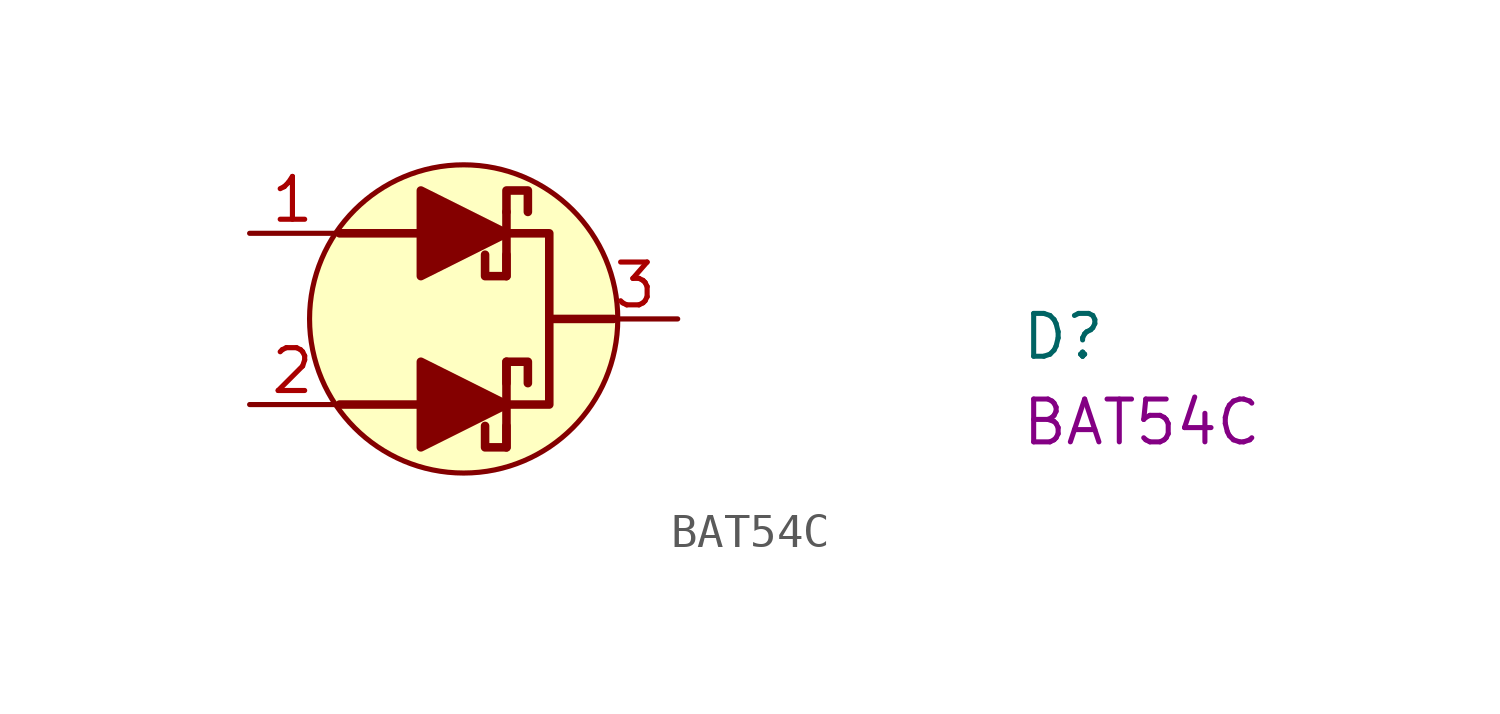
<source format=kicad_sym>
(kicad_symbol_lib
  (version 20220914)
  (generator kicad_symbol_editor)
  (symbol "BAT54C"
    (pin_names hide)
    (property "Reference" "D"
      (at 22.86 -3.81 0)
      (effects (font (size 1.27 1.27) (thickness 0.15)) (justify left bottom)))
    (property "MPN" "BAT54C"
      (at 22.86 -6.35 0)
      (effects (font (size 1.27 1.27) (thickness 0.15)) (justify left bottom)))
    (symbol "BAT54C_0_1"
      (polyline (pts (xy 5.08 -5.08) (xy 2.667 -5.08)) (stroke (width 0.254) (type default)) (fill (type none)))
      (polyline (pts (xy 5.08 0) (xy 2.667 0)) (stroke (width 0.254) (type default)) (fill (type none)))
      (polyline (pts (xy 10.795 -2.54) (xy 8.89 -2.54)) (stroke (width 0.254) (type default)) (fill (type none)))
      (circle (center 6.35 -2.54) (radius 4.572) (stroke (width 0) (type default)) (fill (type background))))
    (symbol "BAT54C_1_1"
      (polyline (pts (xy 7.62 -3.81) (xy 7.62 -6.35)) (stroke (width 0.254) (type default)) (fill (type none)))
      (polyline (pts (xy 7.62 0.635) (xy 7.62 -1.27)) (stroke (width 0.254) (type default)) (fill (type none)))
      (polyline (pts (xy 5.08 -3.81) (xy 5.08 -6.35) (xy 7.62 -5.08) (xy 5.08 -3.81)) (stroke (width 0.254) (type default)) (fill (type outline)))
      (polyline (pts (xy 5.08 1.27) (xy 5.08 -1.27) (xy 7.62 0) (xy 5.08 1.27)) (stroke (width 0.254) (type default)) (fill (type outline)))
      (polyline (pts (xy 7.62 -5.715) (xy 7.62 -6.35) (xy 6.985 -6.35) (xy 6.985 -5.715)) (stroke (width 0.254) (type default)) (fill (type none)))
      (polyline (pts (xy 7.62 -4.445) (xy 7.62 -3.81) (xy 8.255 -3.81) (xy 8.255 -4.445)) (stroke (width 0.254) (type default)) (fill (type none)))
      (polyline (pts (xy 7.62 -0.635) (xy 7.62 -1.27) (xy 6.985 -1.27) (xy 6.985 -0.635)) (stroke (width 0.254) (type default)) (fill (type none)))
      (polyline (pts (xy 7.62 0) (xy 8.89 0) (xy 8.89 -5.08) (xy 7.62 -5.08)) (stroke (width 0.254) (type default)) (fill (type none)))
      (polyline (pts (xy 7.62 0.635) (xy 7.62 1.27) (xy 8.255 1.27) (xy 8.255 0.635)) (stroke (width 0.254) (type default)) (fill (type none)))
      (pin passive line (at 0 0 0) (length 2.54) (name "1" (effects (font (size 1.27 1.27)))) (number "1" (effects (font (size 1.27 1.27)))))
      (pin passive line (at 0 -5.08 0) (length 2.54) (name "2" (effects (font (size 1.27 1.27)))) (number "2" (effects (font (size 1.27 1.27)))))
      (pin passive line (at 12.7 -2.54 180) (length 2.54) (name "3" (effects (font (size 1.27 1.27)))) (number "3" (effects (font (size 1.27 1.27))))))))
</source>
